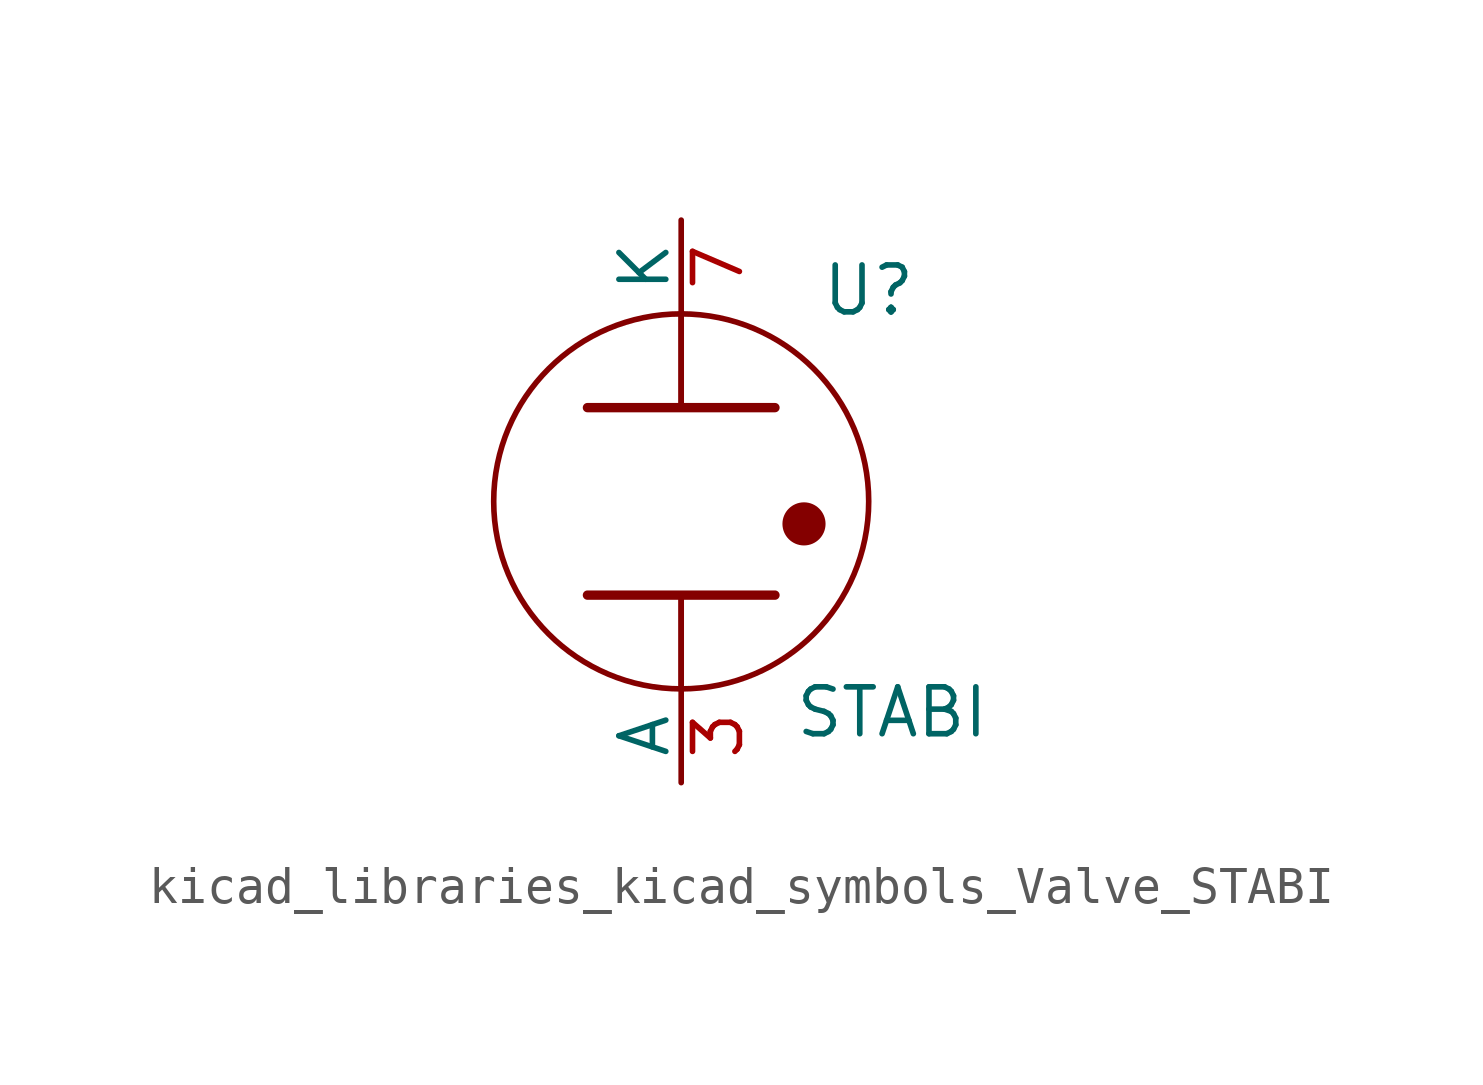
<source format=kicad_sym>
(kicad_symbol_lib
  (version 20220914)
  (generator kicad_symbol_editor)
  (symbol "kicad_libraries_kicad_symbols_Valve_STABI"
    (pin_names
      (offset 0))
    (property "Reference" "U"
      (at 5.08 5.715 0)
      (effects (font (size 1.27 1.27))))
    (property "Value" "STABI"
      (at 5.715 -5.715 0)
      (effects (font (size 1.27 1.27))))
    (symbol "kicad_libraries_kicad_symbols_Valve_STABI_1_0"
      (polyline (pts (xy 0 -2.54) (xy 0 -5.08)) (stroke (width 0) (type default)) (fill (type none)))
      (polyline (pts (xy 0 5.08) (xy 0 2.54)) (stroke (width 0) (type default)) (fill (type none))))
    (symbol "kicad_libraries_kicad_symbols_Valve_STABI_1_1"
      (polyline (pts (xy 0 -2.54) (xy 0 -5.08)) (stroke (width 0.152) (type default)) (fill (type none)))
      (polyline (pts (xy 0 5.08) (xy 0 2.54)) (stroke (width 0.152) (type default)) (fill (type none)))
      (polyline (pts (xy -2.54 -2.54) (xy 2.54 -2.54) (xy 2.54 -2.54)) (stroke (width 0.254) (type default)) (fill (type none)))
      (polyline (pts (xy -2.54 2.54) (xy 2.54 2.54) (xy 2.54 2.54) (xy 2.54 2.54)) (stroke (width 0.254) (type default)) (fill (type none)))
      (circle (center 0 0) (radius 5.08) (stroke (width 0.152) (type default)) (fill (type none)))
      (circle (center 3.327 -0.61) (radius 0.508) (stroke (width 0) (type default)) (fill (type outline)))
      (pin passive line (at 0 -7.62 90) (length 2.54) (name "A" (effects (font (size 1.27 1.27)))) (number "3" (effects (font (size 1.27 1.27)))))
      (pin passive line (at 0 7.62 270) (length 2.54) (name "K" (effects (font (size 1.27 1.27)))) (number "7" (effects (font (size 1.27 1.27))))))))
</source>
